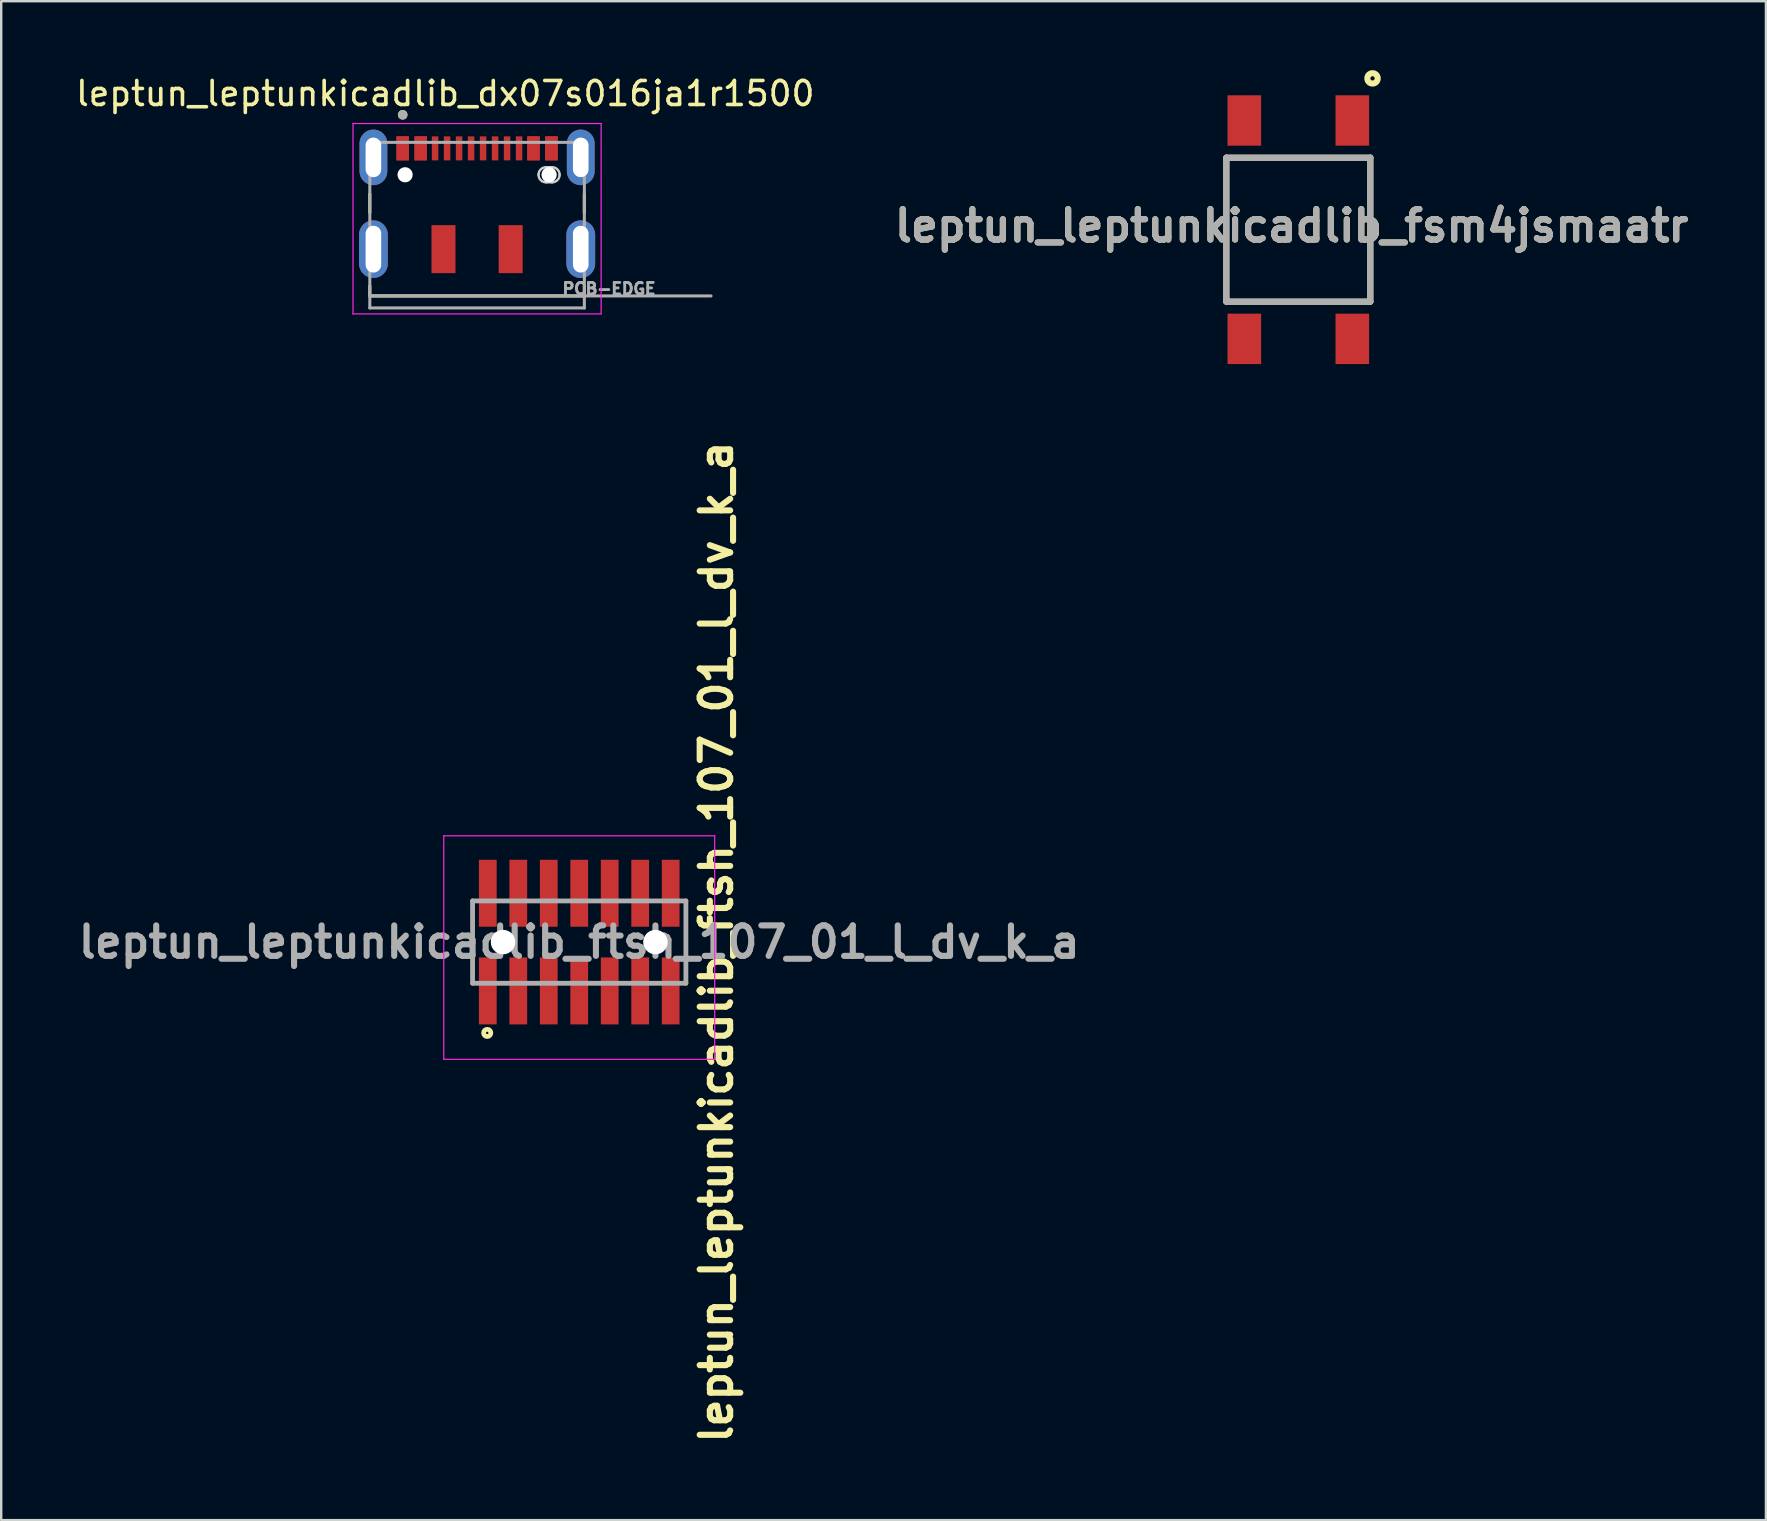
<source format=kicad_pcb>
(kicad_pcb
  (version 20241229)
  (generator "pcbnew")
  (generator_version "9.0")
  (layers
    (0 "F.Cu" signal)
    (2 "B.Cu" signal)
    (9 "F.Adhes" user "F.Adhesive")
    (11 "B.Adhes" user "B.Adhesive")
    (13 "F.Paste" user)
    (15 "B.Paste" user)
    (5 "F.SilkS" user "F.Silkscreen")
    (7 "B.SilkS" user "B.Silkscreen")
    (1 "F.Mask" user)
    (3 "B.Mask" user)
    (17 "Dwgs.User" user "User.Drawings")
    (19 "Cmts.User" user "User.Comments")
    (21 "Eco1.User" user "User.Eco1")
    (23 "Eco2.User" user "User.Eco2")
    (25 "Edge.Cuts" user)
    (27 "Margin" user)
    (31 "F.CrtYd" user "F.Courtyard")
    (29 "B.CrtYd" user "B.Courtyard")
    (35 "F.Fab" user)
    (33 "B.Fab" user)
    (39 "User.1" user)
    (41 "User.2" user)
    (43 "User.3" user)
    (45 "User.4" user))
  (footprint "leptun_leptunkicadlib_dx07s016ja1r1500"
    (layer "F.Cu")
    (at 16.831 4.233)
    (property "Reference" "leptun_leptunkicadlib_dx07s016ja1r1500" (at -1.325 -3.385 0) (layer "F.SilkS") (effects (font (size 1 1) (thickness 0.15))))
    (attr through_hole)
    (fp_line (start -4.47 0.805) (end -4.47 1.57) (stroke (width 0.127) (type solid)) (layer "F.SilkS"))
    (fp_line (start -4.47 5.05) (end -4.47 4.63) (stroke (width 0.127) (type solid)) (layer "F.SilkS"))
    (fp_line (start 4.47 0.805) (end 4.47 1.57) (stroke (width 0.127) (type solid)) (layer "F.SilkS"))
    (fp_line (start 4.47 4.63) (end 4.47 5.05) (stroke (width 0.127) (type solid)) (layer "F.SilkS"))
    (fp_line (start 4.47 5.05) (end -4.47 5.05) (stroke (width 0.127) (type solid)) (layer "F.SilkS"))
    (fp_circle (center -3.1 -2.5) (end -3 -2.5) (stroke (width 0.2) (type solid)) (fill no) (layer "F.SilkS"))
    (fp_line (start 2.875 -0.315) (end 3.125 -0.315) (stroke (width 0.1) (type solid)) (layer "Edge.Cuts"))
    (fp_line (start 3.125 0.315) (end 2.875 0.315) (stroke (width 0.1) (type solid)) (layer "Edge.Cuts"))
    (fp_arc (start 2.56 0) (mid 2.652261 -0.222739) (end 2.875 -0.315) (stroke (width 0.1) (type solid)) (layer "Edge.Cuts"))
    (fp_arc (start 2.875 0.315) (mid 2.652261 0.222739) (end 2.56 0) (stroke (width 0.1) (type solid)) (layer "Edge.Cuts"))
    (fp_arc (start 3.125 -0.315) (mid 3.347739 -0.222739) (end 3.44 0) (stroke (width 0.1) (type solid)) (layer "Edge.Cuts"))
    (fp_arc (start 3.44 0) (mid 3.347739 0.222739) (end 3.125 0.315) (stroke (width 0.1) (type solid)) (layer "Edge.Cuts"))
    (fp_line (start -5.17 -2.135) (end 5.17 -2.135) (stroke (width 0.05) (type solid)) (layer "F.CrtYd"))
    (fp_line (start -5.17 5.8) (end -5.17 -2.135) (stroke (width 0.05) (type solid)) (layer "F.CrtYd"))
    (fp_line (start 5.17 -2.135) (end 5.17 5.8) (stroke (width 0.05) (type solid)) (layer "F.CrtYd"))
    (fp_line (start 5.17 5.8) (end -5.17 5.8) (stroke (width 0.05) (type solid)) (layer "F.CrtYd"))
    (fp_line (start -4.47 -1.35) (end 4.47 -1.35) (stroke (width 0.127) (type solid)) (layer "F.Fab"))
    (fp_line (start -4.47 5.05) (end -4.47 -1.35) (stroke (width 0.127) (type solid)) (layer "F.Fab"))
    (fp_line (start -4.47 5.55) (end -4.47 5.05) (stroke (width 0.127) (type solid)) (layer "F.Fab"))
    (fp_line (start 4.47 -1.35) (end 4.47 5.05) (stroke (width 0.127) (type solid)) (layer "F.Fab"))
    (fp_line (start 4.47 5.05) (end -4.47 5.05) (stroke (width 0.127) (type solid)) (layer "F.Fab"))
    (fp_line (start 4.47 5.05) (end 4.47 5.55) (stroke (width 0.127) (type solid)) (layer "F.Fab"))
    (fp_line (start 4.47 5.05) (end 9.75 5.05) (stroke (width 0.127) (type solid)) (layer "F.Fab"))
    (fp_line (start 4.47 5.55) (end -4.47 5.55) (stroke (width 0.127) (type solid)) (layer "F.Fab"))
    (fp_circle (center -3.1 -2.5) (end -3 -2.5) (stroke (width 0.2) (type solid)) (fill no) (layer "F.Fab"))
    (fp_text user "PCB-EDGE" (at 5.5 4.75 0) (layer "F.Fab") (effects (font (size 0.48 0.48) (thickness 0.15))))
    (pad "" np_thru_hole circle (at -3 0) (size 0.63 0.63) (drill 0.63) (layers "*.Cu" "*.Mask"))
    (pad "" np_thru_hole circle (at 3 0) (size 0.6 0.6) (drill 0.6) (layers "*.Cu" "*.Mask"))
    (pad "" np_thru_hole circle (at 3 0) (size 0.63 0.63) (drill 0.63) (layers "*.Cu" "*.Mask"))
    (pad "A1" smd rect (at -3.1 -1.1) (size 0.52 1) (layers "F.Cu" "F.Mask" "F.Paste"))
    (pad "A4" smd rect (at -2.35 -1.1) (size 0.52 1) (layers "F.Cu" "F.Mask" "F.Paste"))
    (pad "A5" smd rect (at -1.75 -1.1) (size 0.27 1) (layers "F.Cu" "F.Mask" "F.Paste"))
    (pad "A6" smd rect (at -0.25 -1.1) (size 0.27 1) (layers "F.Cu" "F.Mask" "F.Paste"))
    (pad "A7" smd rect (at 0.75 -1.1) (size 0.27 1) (layers "F.Cu" "F.Mask" "F.Paste"))
    (pad "A8" smd rect (at 1.75 -1.1) (size 0.27 1) (layers "F.Cu" "F.Mask" "F.Paste"))
    (pad "A9" smd rect (at 2.35 -1.1) (size 0.52 1) (layers "F.Cu" "F.Mask" "F.Paste"))
    (pad "A12" smd rect (at 3.1 -1.1) (size 0.52 1) (layers "F.Cu" "F.Mask" "F.Paste"))
    (pad "B1" smd rect (at 3.1 -1.1) (size 0.52 1) (layers "F.Cu" "F.Mask" "F.Paste"))
    (pad "B4" smd rect (at 2.35 -1.1) (size 0.52 1) (layers "F.Cu" "F.Mask" "F.Paste"))
    (pad "B5" smd rect (at 1.25 -1.1) (size 0.27 1) (layers "F.Cu" "F.Mask" "F.Paste"))
    (pad "B6" smd rect (at 0.25 -1.1) (size 0.27 1) (layers "F.Cu" "F.Mask" "F.Paste"))
    (pad "B7" smd rect (at -0.75 -1.1) (size 0.27 1) (layers "F.Cu" "F.Mask" "F.Paste"))
    (pad "B8" smd rect (at -1.25 -1.1) (size 0.27 1) (layers "F.Cu" "F.Mask" "F.Paste"))
    (pad "B9" smd rect (at -2.35 -1.1) (size 0.52 1) (layers "F.Cu" "F.Mask" "F.Paste"))
    (pad "B12" smd rect (at -3.1 -1.1) (size 0.52 1) (layers "F.Cu" "F.Mask" "F.Paste"))
    (pad "S1" thru_hole oval (at -4.32 -0.725) (size 1.158 2.316) (drill oval 0.65 1.65) (layers "*.Cu" "*.Mask"))
    (pad "S1" thru_hole oval (at -4.32 3.1) (size 1.2 2.4) (drill oval 0.65 1.95) (layers "*.Cu" "*.Mask"))
    (pad "S1" smd rect (at -1.4 3.1) (size 1 2) (layers "F.Cu" "F.Mask" "F.Paste"))
    (pad "S1" smd rect (at 1.4 3.1) (size 1 2) (layers "F.Cu" "F.Mask" "F.Paste"))
    (pad "S1" thru_hole oval (at 4.32 -0.725) (size 1.158 2.316) (drill oval 0.65 1.65) (layers "*.Cu" "*.Mask"))
    (pad "S1" thru_hole oval (at 4.32 3.1) (size 1.2 2.4) (drill oval 0.65 1.95) (layers "*.Cu" "*.Mask")))
  (footprint "leptun_leptunkicadlib_ftsh_107_01_l_dv_k_a"
    (layer "F.Cu")
    (at 21.088 36.209)
    (property "Reference" "leptun_leptunkicadlib_ftsh_107_01_l_dv_k_a" (at 5.715 0 90) (layer "F.SilkS") (effects (font (size 1.27 1.27) (thickness 0.254))))
    (attr through_hole)
    (fp_line (start -4.445 1.715) (end -4.445 -1.715) (stroke (width 0.1) (type solid)) (layer "F.SilkS"))
    (fp_line (start 4.445 -1.715) (end 4.445 1.715) (stroke (width 0.1) (type solid)) (layer "F.SilkS"))
    (fp_circle (center -3.835 3.785) (end -3.835 3.835) (stroke (width 0.2) (type solid)) (fill no) (layer "F.SilkS"))
    (fp_line (start -5.645 -4.43) (end 5.645 -4.43) (stroke (width 0.05) (type solid)) (layer "F.CrtYd"))
    (fp_line (start -5.645 4.885) (end -5.645 -4.43) (stroke (width 0.05) (type solid)) (layer "F.CrtYd"))
    (fp_line (start 5.645 -4.43) (end 5.645 4.885) (stroke (width 0.05) (type solid)) (layer "F.CrtYd"))
    (fp_line (start 5.645 4.885) (end -5.645 4.885) (stroke (width 0.05) (type solid)) (layer "F.CrtYd"))
    (fp_line (start -4.445 -1.715) (end 4.445 -1.715) (stroke (width 0.2) (type solid)) (layer "F.Fab"))
    (fp_line (start -4.445 1.715) (end -4.445 -1.715) (stroke (width 0.2) (type solid)) (layer "F.Fab"))
    (fp_line (start 4.445 -1.715) (end 4.445 1.715) (stroke (width 0.2) (type solid)) (layer "F.Fab"))
    (fp_line (start 4.445 1.715) (end -4.445 1.715) (stroke (width 0.2) (type solid)) (layer "F.Fab"))
    (fp_text user "${REFERENCE}" (at 0 0 0) (layer "F.Fab") (effects (font (size 1.27 1.27) (thickness 0.254))))
    (pad "" np_thru_hole circle (at -3.175 0) (size 1.02 1.02) (drill 1.02) (layers "*.Cu" "*.Mask"))
    (pad "" np_thru_hole circle (at 3.175 0) (size 1.02 1.02) (drill 1.02) (layers "*.Cu" "*.Mask"))
    (pad "1" smd rect (at -3.81 2.035) (size 0.74 2.79) (layers "F.Cu" "F.Mask" "F.Paste"))
    (pad "2" smd rect (at -3.81 -2.035) (size 0.74 2.79) (layers "F.Cu" "F.Mask" "F.Paste"))
    (pad "3" smd rect (at -2.54 2.035) (size 0.74 2.79) (layers "F.Cu" "F.Mask" "F.Paste"))
    (pad "4" smd rect (at -2.54 -2.035) (size 0.74 2.79) (layers "F.Cu" "F.Mask" "F.Paste"))
    (pad "5" smd rect (at -1.27 2.035) (size 0.74 2.79) (layers "F.Cu" "F.Mask" "F.Paste"))
    (pad "6" smd rect (at -1.27 -2.035) (size 0.74 2.79) (layers "F.Cu" "F.Mask" "F.Paste"))
    (pad "7" smd rect (at 0 2.035) (size 0.74 2.79) (layers "F.Cu" "F.Mask" "F.Paste"))
    (pad "8" smd rect (at 0 -2.035) (size 0.74 2.79) (layers "F.Cu" "F.Mask" "F.Paste"))
    (pad "9" smd rect (at 1.27 2.035) (size 0.74 2.79) (layers "F.Cu" "F.Mask" "F.Paste"))
    (pad "10" smd rect (at 1.27 -2.035) (size 0.74 2.79) (layers "F.Cu" "F.Mask" "F.Paste"))
    (pad "11" smd rect (at 2.54 2.035) (size 0.74 2.79) (layers "F.Cu" "F.Mask" "F.Paste"))
    (pad "12" smd rect (at 2.54 -2.035) (size 0.74 2.79) (layers "F.Cu" "F.Mask" "F.Paste"))
    (pad "13" smd rect (at 3.81 2.035) (size 0.74 2.79) (layers "F.Cu" "F.Mask" "F.Paste"))
    (pad "14" smd rect (at 3.81 -2.035) (size 0.74 2.79) (layers "F.Cu" "F.Mask" "F.Paste")))
  (footprint "leptun_leptunkicadlib_fsm4jsmaatr"
    (layer "F.Cu")
    (at 51.054 6.521)
    (property "Reference" "leptun_leptunkicadlib_fsm4jsmaatr" (at -0.278 -0.163 0) (layer "F.SilkS") (effects (font (size 1.27 1.27) (thickness 0.254))))
    (attr smd)
    (fp_line (start -3 -3) (end 3 -3) (stroke (width 0.254) (type solid)) (layer "F.SilkS"))
    (fp_line (start -3 3) (end -3 -3) (stroke (width 0.254) (type solid)) (layer "F.SilkS"))
    (fp_line (start 3 -3) (end 3 3) (stroke (width 0.254) (type solid)) (layer "F.SilkS"))
    (fp_line (start 3 3) (end -3 3) (stroke (width 0.254) (type solid)) (layer "F.SilkS"))
    (fp_circle (center 3.092 -6.305) (end 3.092 -6.216) (stroke (width 0.254) (type solid)) (fill no) (layer "F.SilkS"))
    (fp_line (start -3 -3) (end 3 -3) (stroke (width 0.254) (type solid)) (layer "F.Fab"))
    (fp_line (start -3 3) (end -3 -3) (stroke (width 0.254) (type solid)) (layer "F.Fab"))
    (fp_line (start 3 -3) (end 3 3) (stroke (width 0.254) (type solid)) (layer "F.Fab"))
    (fp_line (start 3 3) (end -3 3) (stroke (width 0.254) (type solid)) (layer "F.Fab"))
    (fp_text user "${REFERENCE}" (at -0.278 -0.163 0) (layer "F.Fab") (effects (font (size 1.27 1.27) (thickness 0.254))))
    (pad "1" smd rect (at 2.25 -4.55) (size 1.4 2.1) (layers "F.Cu" "F.Mask" "F.Paste"))
    (pad "1" smd rect (at 2.25 4.55) (size 1.4 2.1) (layers "F.Cu" "F.Mask" "F.Paste"))
    (pad "2" smd rect (at -2.25 -4.55) (size 1.4 2.1) (layers "F.Cu" "F.Mask" "F.Paste"))
    (pad "2" smd rect (at -2.25 4.55) (size 1.4 2.1) (layers "F.Cu" "F.Mask" "F.Paste")))
  (gr_rect
    (start -3 -3)
    (end 70.54 60.297)
    (stroke (width 0.1) (type default))
    (fill no)
    (layer "Edge.Cuts")))
</source>
